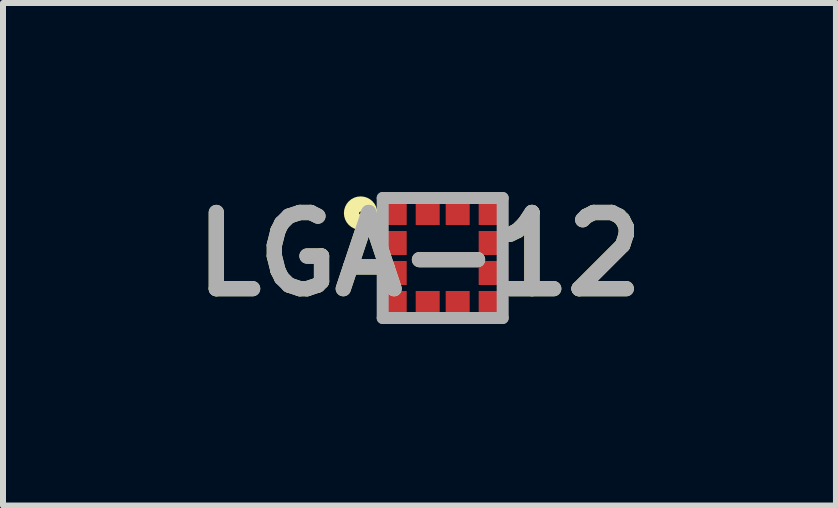
<source format=kicad_pcb>
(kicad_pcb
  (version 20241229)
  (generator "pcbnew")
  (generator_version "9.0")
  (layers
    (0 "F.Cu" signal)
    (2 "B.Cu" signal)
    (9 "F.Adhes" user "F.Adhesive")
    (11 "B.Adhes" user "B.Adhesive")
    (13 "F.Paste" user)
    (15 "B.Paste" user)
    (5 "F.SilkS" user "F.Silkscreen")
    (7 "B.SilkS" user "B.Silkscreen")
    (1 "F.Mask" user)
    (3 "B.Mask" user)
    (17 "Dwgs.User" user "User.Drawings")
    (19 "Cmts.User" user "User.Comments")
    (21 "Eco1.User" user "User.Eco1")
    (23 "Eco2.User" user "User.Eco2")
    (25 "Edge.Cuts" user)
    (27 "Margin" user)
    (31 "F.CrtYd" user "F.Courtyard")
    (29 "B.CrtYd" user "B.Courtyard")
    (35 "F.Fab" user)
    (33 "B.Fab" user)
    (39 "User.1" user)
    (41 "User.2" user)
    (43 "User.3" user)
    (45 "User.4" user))
  (footprint "LGA-12"
    (layer "F.Cu")
    (at 4.33 1.251)
    (property "Reference" "LGA-12" (at -0.387 -0.063 0) (layer "F.SilkS") (effects (font (size 1.27 1.27) (thickness 0.254))))
    (attr smd)
    (fp_circle (center -1.368 -0.748) (end -1.368 -0.723) (stroke (width 0.254) (type solid)) (fill no) (layer "F.SilkS"))
    (fp_line (start -1 -1) (end 1 -1) (stroke (width 0.2) (type solid)) (layer "F.Fab"))
    (fp_line (start -1 1) (end -1 -1) (stroke (width 0.2) (type solid)) (layer "F.Fab"))
    (fp_line (start 1 -1) (end 1 1) (stroke (width 0.2) (type solid)) (layer "F.Fab"))
    (fp_line (start 1 1) (end -1 1) (stroke (width 0.2) (type solid)) (layer "F.Fab"))
    (fp_text user "${REFERENCE}" (at -0.387 -0.063 0) (layer "F.Fab") (effects (font (size 1.27 1.27) (thickness 0.254))))
    (pad "1" smd rect (at -0.8 -0.75 90) (size 0.4 0.4) (layers "F.Cu" "F.Mask" "F.Paste"))
    (pad "2" smd rect (at -0.8 -0.25 90) (size 0.4 0.4) (layers "F.Cu" "F.Mask" "F.Paste"))
    (pad "3" smd rect (at -0.8 0.25 90) (size 0.4 0.4) (layers "F.Cu" "F.Mask" "F.Paste"))
    (pad "4" smd rect (at -0.8 0.75 90) (size 0.4 0.4) (layers "F.Cu" "F.Mask" "F.Paste"))
    (pad "5" smd rect (at -0.25 0.75 90) (size 0.4 0.4) (layers "F.Cu" "F.Mask" "F.Paste"))
    (pad "6" smd rect (at 0.25 0.75 90) (size 0.4 0.4) (layers "F.Cu" "F.Mask" "F.Paste"))
    (pad "7" smd rect (at 0.8 0.75 90) (size 0.4 0.4) (layers "F.Cu" "F.Mask" "F.Paste"))
    (pad "8" smd rect (at 0.8 0.25 90) (size 0.4 0.4) (layers "F.Cu" "F.Mask" "F.Paste"))
    (pad "9" smd rect (at 0.8 -0.25 90) (size 0.4 0.4) (layers "F.Cu" "F.Mask" "F.Paste"))
    (pad "10" smd rect (at 0.8 -0.75 90) (size 0.4 0.4) (layers "F.Cu" "F.Mask" "F.Paste"))
    (pad "11" smd rect (at 0.25 -0.75 90) (size 0.4 0.4) (layers "F.Cu" "F.Mask" "F.Paste"))
    (pad "12" smd rect (at -0.25 -0.75 90) (size 0.4 0.4) (layers "F.Cu" "F.Mask" "F.Paste")))
  (gr_rect
    (start -3 -3)
    (end 10.886 5.377)
    (stroke (width 0.1) (type default))
    (fill no)
    (layer "Edge.Cuts")))
</source>
